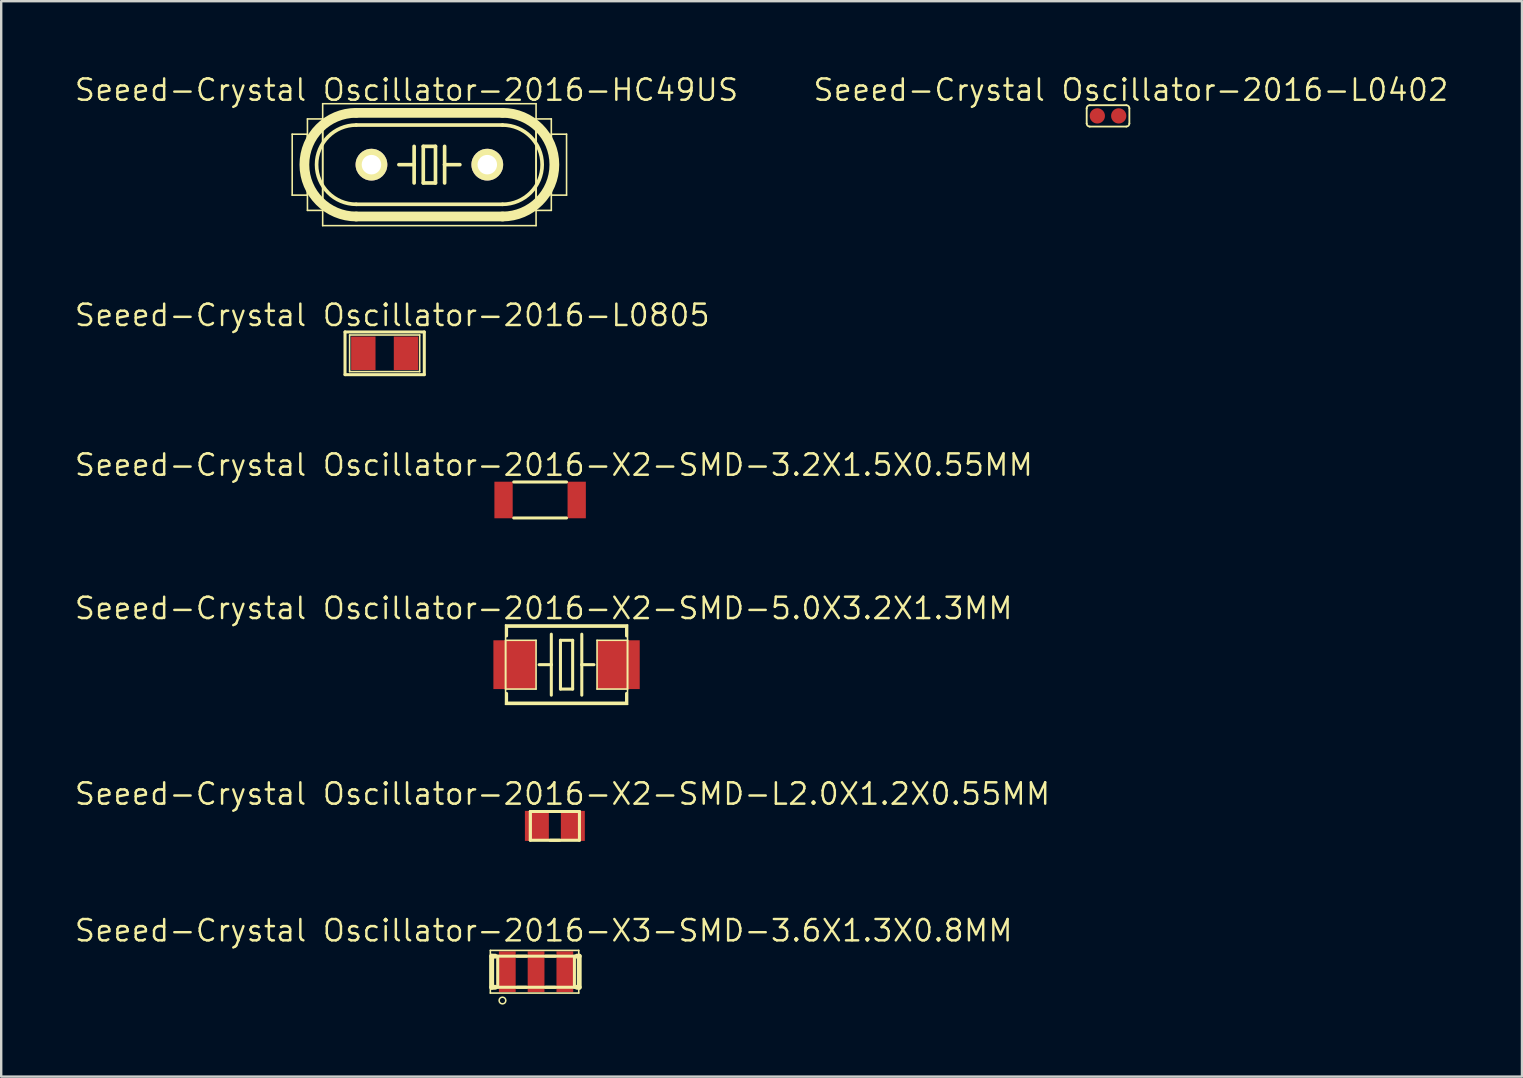
<source format=kicad_pcb>
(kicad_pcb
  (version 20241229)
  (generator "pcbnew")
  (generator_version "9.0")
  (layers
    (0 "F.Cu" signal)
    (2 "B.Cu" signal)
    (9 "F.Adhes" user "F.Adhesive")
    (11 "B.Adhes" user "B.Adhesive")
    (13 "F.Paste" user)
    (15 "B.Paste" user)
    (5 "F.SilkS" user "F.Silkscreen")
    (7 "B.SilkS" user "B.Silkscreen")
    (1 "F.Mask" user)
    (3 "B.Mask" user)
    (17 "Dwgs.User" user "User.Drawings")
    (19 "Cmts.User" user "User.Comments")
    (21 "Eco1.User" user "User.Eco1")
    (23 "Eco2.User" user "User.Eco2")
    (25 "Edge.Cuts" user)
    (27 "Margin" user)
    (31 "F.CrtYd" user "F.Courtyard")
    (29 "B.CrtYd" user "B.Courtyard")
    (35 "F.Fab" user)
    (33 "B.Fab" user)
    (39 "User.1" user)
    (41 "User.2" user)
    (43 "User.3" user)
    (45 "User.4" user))
  (footprint "Seeed-Crystal Oscillator-2016-HC49US"
    (layer "F.Cu")
    (at 14.838 3.81)
    (property "Reference" "Seeed-Crystal Oscillator-2016-HC49US" (at -0.953 -3.111 0) (layer "F.SilkS") (effects (font (size 0.889 0.889) (thickness 0.102))))
    (attr exclude_from_pos_files exclude_from_bom)
    (fp_line (start -5.715 -1.27) (end -5.08 -1.27) (stroke (width 0.066) (type solid)) (layer "F.SilkS"))
    (fp_line (start -5.715 1.27) (end -5.715 -1.27) (stroke (width 0.066) (type solid)) (layer "F.SilkS"))
    (fp_line (start -5.715 1.27) (end -5.08 1.27) (stroke (width 0.066) (type solid)) (layer "F.SilkS"))
    (fp_line (start -5.08 -1.905) (end -4.445 -1.905) (stroke (width 0.066) (type solid)) (layer "F.SilkS"))
    (fp_line (start -5.08 1.27) (end -5.08 -1.27) (stroke (width 0.066) (type solid)) (layer "F.SilkS"))
    (fp_line (start -5.08 1.905) (end -5.08 -1.905) (stroke (width 0.066) (type solid)) (layer "F.SilkS"))
    (fp_line (start -5.08 1.905) (end -4.445 1.905) (stroke (width 0.066) (type solid)) (layer "F.SilkS"))
    (fp_line (start -4.445 -2.54) (end 4.445 -2.54) (stroke (width 0.066) (type solid)) (layer "F.SilkS"))
    (fp_line (start -4.445 1.905) (end -4.445 -1.905) (stroke (width 0.066) (type solid)) (layer "F.SilkS"))
    (fp_line (start -4.445 2.54) (end -4.445 -2.54) (stroke (width 0.066) (type solid)) (layer "F.SilkS"))
    (fp_line (start -4.445 2.54) (end 4.445 2.54) (stroke (width 0.066) (type solid)) (layer "F.SilkS"))
    (fp_line (start -3.048 -2.159) (end 3.048 -2.159) (stroke (width 0.406) (type solid)) (layer "F.SilkS"))
    (fp_line (start -3.048 1.651) (end 3.048 1.651) (stroke (width 0.152) (type solid)) (layer "F.SilkS"))
    (fp_line (start -3.048 2.159) (end 3.048 2.159) (stroke (width 0.406) (type solid)) (layer "F.SilkS"))
    (fp_line (start -0.635 -0.762) (end -0.635 0) (stroke (width 0.152) (type solid)) (layer "F.SilkS"))
    (fp_line (start -0.635 0) (end -1.27 0) (stroke (width 0.152) (type solid)) (layer "F.SilkS"))
    (fp_line (start -0.635 0) (end -0.635 0.762) (stroke (width 0.152) (type solid)) (layer "F.SilkS"))
    (fp_line (start -0.254 -0.762) (end 0.254 -0.762) (stroke (width 0.152) (type solid)) (layer "F.SilkS"))
    (fp_line (start -0.254 0.762) (end -0.254 -0.762) (stroke (width 0.152) (type solid)) (layer "F.SilkS"))
    (fp_line (start 0.254 -0.762) (end 0.254 0.762) (stroke (width 0.152) (type solid)) (layer "F.SilkS"))
    (fp_line (start 0.254 0.762) (end -0.254 0.762) (stroke (width 0.152) (type solid)) (layer "F.SilkS"))
    (fp_line (start 0.635 -0.762) (end 0.635 0) (stroke (width 0.152) (type solid)) (layer "F.SilkS"))
    (fp_line (start 0.635 0) (end 0.635 0.762) (stroke (width 0.152) (type solid)) (layer "F.SilkS"))
    (fp_line (start 0.635 0) (end 1.27 0) (stroke (width 0.152) (type solid)) (layer "F.SilkS"))
    (fp_line (start 3.048 -1.651) (end -3.048 -1.651) (stroke (width 0.152) (type solid)) (layer "F.SilkS"))
    (fp_line (start 4.445 -1.905) (end 5.08 -1.905) (stroke (width 0.066) (type solid)) (layer "F.SilkS"))
    (fp_line (start 4.445 1.905) (end 4.445 -1.905) (stroke (width 0.066) (type solid)) (layer "F.SilkS"))
    (fp_line (start 4.445 1.905) (end 5.08 1.905) (stroke (width 0.066) (type solid)) (layer "F.SilkS"))
    (fp_line (start 4.445 2.54) (end 4.445 -2.54) (stroke (width 0.066) (type solid)) (layer "F.SilkS"))
    (fp_line (start 5.08 -1.27) (end 5.715 -1.27) (stroke (width 0.066) (type solid)) (layer "F.SilkS"))
    (fp_line (start 5.08 1.27) (end 5.08 -1.27) (stroke (width 0.066) (type solid)) (layer "F.SilkS"))
    (fp_line (start 5.08 1.27) (end 5.715 1.27) (stroke (width 0.066) (type solid)) (layer "F.SilkS"))
    (fp_line (start 5.08 1.905) (end 5.08 -1.905) (stroke (width 0.066) (type solid)) (layer "F.SilkS"))
    (fp_line (start 5.715 1.27) (end 5.715 -1.27) (stroke (width 0.066) (type solid)) (layer "F.SilkS"))
    (fp_arc (start -3.048 1.651) (mid -4.699 0) (end -3.048 -1.651) (stroke (width 0.1524) (type solid)) (layer "F.SilkS"))
    (fp_arc (start -3.048 2.159) (mid -5.207 0) (end -3.048 -2.159) (stroke (width 0.4064) (type solid)) (layer "F.SilkS"))
    (fp_arc (start 3.048 -2.159) (mid 5.207 0) (end 3.048 2.159) (stroke (width 0.4064) (type solid)) (layer "F.SilkS"))
    (fp_arc (start 3.048 -1.651) (mid 4.699 0) (end 3.048 1.651) (stroke (width 0.1524) (type solid)) (layer "F.SilkS"))
    (pad "1" thru_hole circle (at -2.413 0) (size 1.321 1.321) (drill 0.813) (layers "*.Cu" "F.Mask" "F.SilkS" "F.Paste"))
    (pad "2" thru_hole circle (at 2.413 0) (size 1.321 1.321) (drill 0.813) (layers "*.Cu" "F.Mask" "F.SilkS" "F.Paste")))
  (footprint "Seeed-Crystal Oscillator-2016-X2-SMD-L2.0X1.2X0.55MM"
    (layer "F.Cu")
    (at 20.066 31.357)
    (property "Reference" "Seeed-Crystal Oscillator-2016-X2-SMD-L2.0X1.2X0.55MM" (at 0.318 -1.333 0) (layer "F.SilkS") (effects (font (size 0.889 0.889) (thickness 0.102))))
    (attr smd)
    (fp_line (start -1.024 -0.599) (end 1.024 -0.599) (stroke (width 0.127) (type solid)) (layer "F.SilkS"))
    (fp_line (start -1.024 0.599) (end -1.024 -0.599) (stroke (width 0.127) (type solid)) (layer "F.SilkS"))
    (fp_line (start -0.998 -0.599) (end 0.998 -0.599) (stroke (width 0.066) (type solid)) (layer "F.SilkS"))
    (fp_line (start -0.998 0.599) (end -0.998 -0.599) (stroke (width 0.066) (type solid)) (layer "F.SilkS"))
    (fp_line (start -0.998 0.599) (end 0.998 0.599) (stroke (width 0.066) (type solid)) (layer "F.SilkS"))
    (fp_line (start -0.198 -0.599) (end 0.198 -0.599) (stroke (width 0.127) (type solid)) (layer "F.SilkS"))
    (fp_line (start -0.198 -0.599) (end 0.198 -0.599) (stroke (width 0.127) (type solid)) (layer "F.SilkS"))
    (fp_line (start -0.198 0.599) (end 0.198 0.599) (stroke (width 0.127) (type solid)) (layer "F.SilkS"))
    (fp_line (start 0.998 0.599) (end 0.998 -0.599) (stroke (width 0.066) (type solid)) (layer "F.SilkS"))
    (fp_line (start 1.024 -0.599) (end 1.024 0.599) (stroke (width 0.127) (type solid)) (layer "F.SilkS"))
    (fp_line (start 1.024 0.599) (end -1.024 0.599) (stroke (width 0.127) (type solid)) (layer "F.SilkS"))
    (pad "1" smd rect (at -0.749 0 90) (size 1.25 0.998) (layers "F.Cu" "F.Mask" "F.Paste"))
    (pad "2" smd rect (at 0.749 0 90) (size 1.25 0.998) (layers "F.Cu" "F.Mask" "F.Paste")))
  (footprint "Seeed-Crystal Oscillator-2016-L0805"
    (layer "F.Cu")
    (at 12.975 11.669)
    (property "Reference" "Seeed-Crystal Oscillator-2016-L0805" (at 0.318 -1.587 0) (layer "F.SilkS") (effects (font (size 0.889 0.889) (thickness 0.102))))
    (attr smd)
    (fp_line (start -1.651 -0.889) (end 1.651 -0.889) (stroke (width 0.127) (type solid)) (layer "F.SilkS"))
    (fp_line (start -1.651 0.889) (end -1.651 -0.889) (stroke (width 0.127) (type solid)) (layer "F.SilkS"))
    (fp_line (start -1.46 -0.762) (end 1.46 -0.762) (stroke (width 0.066) (type solid)) (layer "F.SilkS"))
    (fp_line (start -1.46 0.762) (end -1.46 -0.762) (stroke (width 0.066) (type solid)) (layer "F.SilkS"))
    (fp_line (start -1.46 0.762) (end 1.46 0.762) (stroke (width 0.066) (type solid)) (layer "F.SilkS"))
    (fp_line (start 1.46 0.762) (end 1.46 -0.762) (stroke (width 0.066) (type solid)) (layer "F.SilkS"))
    (fp_line (start 1.651 -0.889) (end 1.651 0.889) (stroke (width 0.127) (type solid)) (layer "F.SilkS"))
    (fp_line (start 1.651 0.889) (end -1.651 0.889) (stroke (width 0.127) (type solid)) (layer "F.SilkS"))
    (pad "1" smd rect (at -0.889 0) (size 1.016 1.397) (layers "F.Cu" "F.Mask" "F.Paste"))
    (pad "2" smd rect (at 0.889 0) (size 1.016 1.397) (layers "F.Cu" "F.Mask" "F.Paste")))
  (footprint "Seeed-Crystal Oscillator-2016-X2-SMD-5.0X3.2X1.3MM"
    (layer "F.Cu")
    (at 20.553 24.641)
    (property "Reference" "Seeed-Crystal Oscillator-2016-X2-SMD-5.0X3.2X1.3MM" (at -0.953 -2.349 0) (layer "F.SilkS") (effects (font (size 0.889 0.889) (thickness 0.102))))
    (attr smd)
    (fp_line (start -2.54 -1.651) (end 2.54 -1.651) (stroke (width 0.066) (type solid)) (layer "F.SilkS"))
    (fp_line (start -2.54 -1.016) (end -1.27 -1.016) (stroke (width 0.066) (type solid)) (layer "F.SilkS"))
    (fp_line (start -2.54 1.016) (end -2.54 -1.016) (stroke (width 0.066) (type solid)) (layer "F.SilkS"))
    (fp_line (start -2.54 1.016) (end -1.27 1.016) (stroke (width 0.066) (type solid)) (layer "F.SilkS"))
    (fp_line (start -2.54 1.651) (end -2.54 -1.651) (stroke (width 0.066) (type solid)) (layer "F.SilkS"))
    (fp_line (start -2.54 1.651) (end 2.54 1.651) (stroke (width 0.066) (type solid)) (layer "F.SilkS"))
    (fp_line (start -2.499 -1.598) (end -2.499 -1.199) (stroke (width 0.127) (type solid)) (layer "F.SilkS"))
    (fp_line (start -2.499 1.199) (end -2.499 1.598) (stroke (width 0.127) (type solid)) (layer "F.SilkS"))
    (fp_line (start -2.499 1.598) (end 2.499 1.598) (stroke (width 0.127) (type solid)) (layer "F.SilkS"))
    (fp_line (start -1.27 1.016) (end -1.27 -1.016) (stroke (width 0.066) (type solid)) (layer "F.SilkS"))
    (fp_line (start -0.635 -1.27) (end -0.635 0) (stroke (width 0.127) (type solid)) (layer "F.SilkS"))
    (fp_line (start -0.635 0) (end -1.143 0) (stroke (width 0.127) (type solid)) (layer "F.SilkS"))
    (fp_line (start -0.635 0) (end -0.635 1.27) (stroke (width 0.127) (type solid)) (layer "F.SilkS"))
    (fp_line (start -0.254 -1.016) (end -0.254 1.016) (stroke (width 0.127) (type solid)) (layer "F.SilkS"))
    (fp_line (start -0.254 1.016) (end 0.254 1.016) (stroke (width 0.127) (type solid)) (layer "F.SilkS"))
    (fp_line (start 0.254 -1.016) (end -0.254 -1.016) (stroke (width 0.127) (type solid)) (layer "F.SilkS"))
    (fp_line (start 0.254 1.016) (end 0.254 -1.016) (stroke (width 0.127) (type solid)) (layer "F.SilkS"))
    (fp_line (start 0.635 -1.27) (end 0.635 0) (stroke (width 0.127) (type solid)) (layer "F.SilkS"))
    (fp_line (start 0.635 0) (end 0.635 1.27) (stroke (width 0.127) (type solid)) (layer "F.SilkS"))
    (fp_line (start 0.635 0) (end 1.143 0) (stroke (width 0.127) (type solid)) (layer "F.SilkS"))
    (fp_line (start 1.27 -1.016) (end 2.54 -1.016) (stroke (width 0.066) (type solid)) (layer "F.SilkS"))
    (fp_line (start 1.27 1.016) (end 1.27 -1.016) (stroke (width 0.066) (type solid)) (layer "F.SilkS"))
    (fp_line (start 1.27 1.016) (end 2.54 1.016) (stroke (width 0.066) (type solid)) (layer "F.SilkS"))
    (fp_line (start 2.499 -1.598) (end -2.499 -1.598) (stroke (width 0.127) (type solid)) (layer "F.SilkS"))
    (fp_line (start 2.499 -1.199) (end 2.499 -1.598) (stroke (width 0.127) (type solid)) (layer "F.SilkS"))
    (fp_line (start 2.499 1.598) (end 2.499 1.199) (stroke (width 0.127) (type solid)) (layer "F.SilkS"))
    (fp_line (start 2.54 1.016) (end 2.54 -1.016) (stroke (width 0.066) (type solid)) (layer "F.SilkS"))
    (fp_line (start 2.54 1.651) (end 2.54 -1.651) (stroke (width 0.066) (type solid)) (layer "F.SilkS"))
    (pad "1" smd rect (at -2.159 0) (size 1.778 2.032) (layers "F.Cu" "F.Mask" "F.Paste"))
    (pad "2" smd rect (at 2.159 0) (size 1.778 2.032) (layers "F.Cu" "F.Mask" "F.Paste")))
  (footprint "Seeed-Crystal Oscillator-2016-X3-SMD-3.6X1.3X0.8MM"
    (layer "F.Cu")
    (at 19.283 37.433)
    (property "Reference" "Seeed-Crystal Oscillator-2016-X3-SMD-3.6X1.3X0.8MM" (at 0.318 -1.714 0) (layer "F.SilkS") (effects (font (size 0.889 0.889) (thickness 0.102))))
    (attr smd)
    (fp_line (start -1.905 -0.889) (end 1.778 -0.889) (stroke (width 0.066) (type solid)) (layer "F.SilkS"))
    (fp_line (start -1.905 0.889) (end -1.905 -0.889) (stroke (width 0.066) (type solid)) (layer "F.SilkS"))
    (fp_line (start -1.905 0.889) (end 1.778 0.889) (stroke (width 0.066) (type solid)) (layer "F.SilkS"))
    (fp_line (start -1.849 -0.648) (end -1.699 -0.648) (stroke (width 0.203) (type solid)) (layer "F.SilkS"))
    (fp_line (start -1.849 0.648) (end -1.849 -0.648) (stroke (width 0.203) (type solid)) (layer "F.SilkS"))
    (fp_line (start -1.699 0.648) (end -1.849 0.648) (stroke (width 0.203) (type solid)) (layer "F.SilkS"))
    (fp_line (start -1.598 -0.648) (end 1.598 -0.648) (stroke (width 0.127) (type solid)) (layer "F.SilkS"))
    (fp_line (start -1.598 0.648) (end -1.598 -0.648) (stroke (width 0.127) (type solid)) (layer "F.SilkS"))
    (fp_line (start -0.798 -0.648) (end -0.399 -0.648) (stroke (width 0.127) (type solid)) (layer "F.SilkS"))
    (fp_line (start -0.798 0.648) (end -0.399 0.648) (stroke (width 0.127) (type solid)) (layer "F.SilkS"))
    (fp_line (start 0.399 -0.648) (end 0.798 -0.648) (stroke (width 0.127) (type solid)) (layer "F.SilkS"))
    (fp_line (start 0.399 0.648) (end 0.798 0.648) (stroke (width 0.127) (type solid)) (layer "F.SilkS"))
    (fp_line (start 1.598 -0.648) (end 1.598 0.648) (stroke (width 0.127) (type solid)) (layer "F.SilkS"))
    (fp_line (start 1.598 0.648) (end -1.598 0.648) (stroke (width 0.127) (type solid)) (layer "F.SilkS"))
    (fp_line (start 1.699 -0.648) (end 1.798 -0.648) (stroke (width 0.203) (type solid)) (layer "F.SilkS"))
    (fp_line (start 1.778 0.889) (end 1.778 -0.889) (stroke (width 0.066) (type solid)) (layer "F.SilkS"))
    (fp_line (start 1.798 -0.648) (end 1.798 0.648) (stroke (width 0.203) (type solid)) (layer "F.SilkS"))
    (fp_line (start 1.798 0.648) (end 1.699 0.648) (stroke (width 0.203) (type solid)) (layer "F.SilkS"))
    (fp_circle (center -1.4 1.199) (end -1.499 1.298) (stroke (width 0.064) (type solid)) (fill no) (layer "F.SilkS"))
    (pad "1" smd rect (at -1.199 0) (size 0.699 1.699) (layers "F.Cu" "F.Mask" "F.Paste"))
    (pad "2" smd rect (at 0 0) (size 0.699 1.699) (layers "F.Cu" "F.Mask" "F.Paste"))
    (pad "3" smd rect (at 1.199 0) (size 0.699 1.699) (layers "F.Cu" "F.Mask" "F.Paste")))
  (footprint "Seeed-Crystal Oscillator-2016-X2-SMD-3.2X1.5X0.55MM"
    (layer "F.Cu")
    (at 19.452 17.78)
    (property "Reference" "Seeed-Crystal Oscillator-2016-X2-SMD-3.2X1.5X0.55MM" (at 0.572 -1.46 0) (layer "F.SilkS") (effects (font (size 0.889 0.889) (thickness 0.102))))
    (attr smd)
    (fp_line (start -1.1 -0.749) (end 1.1 -0.749) (stroke (width 0.127) (type solid)) (layer "F.SilkS"))
    (fp_line (start 1.1 0.749) (end -1.1 0.749) (stroke (width 0.127) (type solid)) (layer "F.SilkS"))
    (pad "1" smd rect (at -1.524 0 90) (size 1.524 0.762) (layers "F.Cu" "F.Mask" "F.Paste"))
    (pad "2" smd rect (at 1.524 0 90) (size 1.524 0.762) (layers "F.Cu" "F.Mask" "F.Paste")))
  (footprint "Seeed-Crystal Oscillator-2016-L0402"
    (layer "F.Cu")
    (at 43.111 1.778)
    (property "Reference" "Seeed-Crystal Oscillator-2016-L0402" (at 0.953 -1.079 0) (layer "F.SilkS") (effects (font (size 0.889 0.889) (thickness 0.102))))
    (attr smd)
    (fp_line (start -0.889 0.318) (end -0.889 -0.318) (stroke (width 0.076) (type solid)) (layer "F.SilkS"))
    (fp_line (start -0.762 -0.445) (end 0.762 -0.445) (stroke (width 0.076) (type solid)) (layer "F.SilkS"))
    (fp_line (start 0.762 0.445) (end -0.762 0.445) (stroke (width 0.076) (type solid)) (layer "F.SilkS"))
    (fp_line (start 0.889 -0.318) (end 0.889 0.318) (stroke (width 0.076) (type solid)) (layer "F.SilkS"))
    (fp_arc (start -0.889 -0.3175) (mid -0.851803 -0.407303) (end -0.762 -0.4445) (stroke (width 0.0762) (type solid)) (layer "F.SilkS"))
    (fp_arc (start -0.762 0.4445) (mid -0.851803 0.407303) (end -0.889 0.3175) (stroke (width 0.0762) (type solid)) (layer "F.SilkS"))
    (fp_arc (start 0.762 -0.4445) (mid 0.851803 -0.407303) (end 0.889 -0.3175) (stroke (width 0.0762) (type solid)) (layer "F.SilkS"))
    (fp_arc (start 0.889 0.3175) (mid 0.851803 0.407303) (end 0.762 0.4445) (stroke (width 0.0762) (type solid)) (layer "F.SilkS"))
    (pad "1" smd circle (at -0.445 0) (size 0.635 0.635) (layers "F.Cu" "F.Mask" "F.Paste"))
    (pad "2" smd circle (at 0.445 0) (size 0.635 0.635) (layers "F.Cu" "F.Mask" "F.Paste")))
  (gr_rect
    (start -3 -3)
    (end 60.356 41.803)
    (stroke (width 0.1) (type default))
    (fill no)
    (layer "Edge.Cuts")))
</source>
